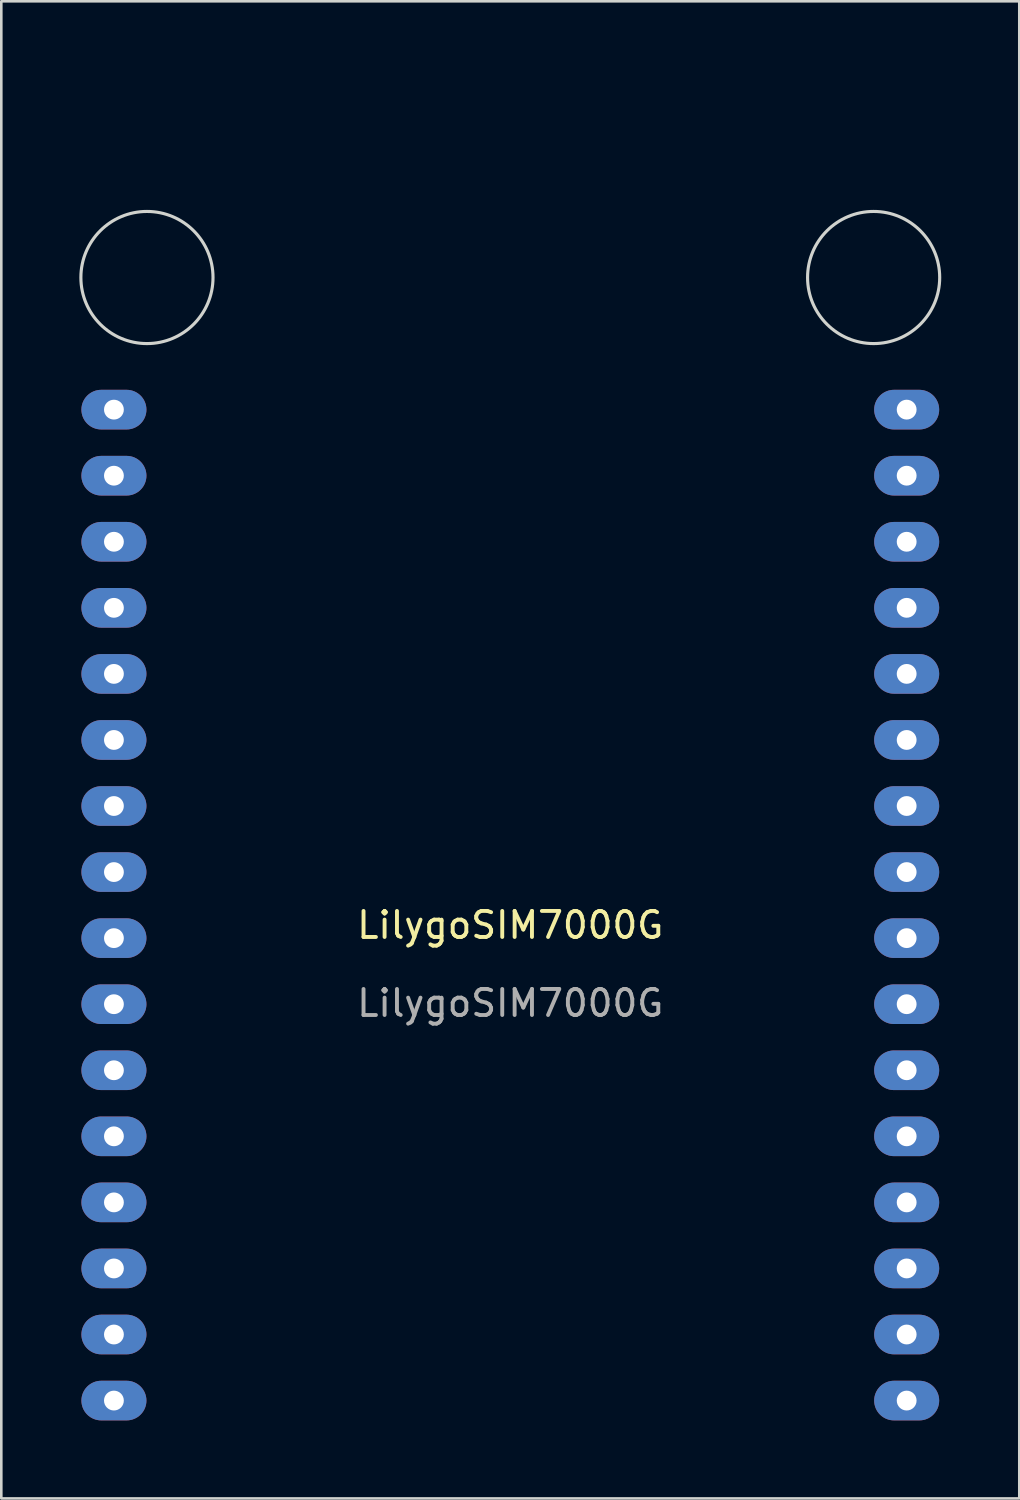
<source format=kicad_pcb>
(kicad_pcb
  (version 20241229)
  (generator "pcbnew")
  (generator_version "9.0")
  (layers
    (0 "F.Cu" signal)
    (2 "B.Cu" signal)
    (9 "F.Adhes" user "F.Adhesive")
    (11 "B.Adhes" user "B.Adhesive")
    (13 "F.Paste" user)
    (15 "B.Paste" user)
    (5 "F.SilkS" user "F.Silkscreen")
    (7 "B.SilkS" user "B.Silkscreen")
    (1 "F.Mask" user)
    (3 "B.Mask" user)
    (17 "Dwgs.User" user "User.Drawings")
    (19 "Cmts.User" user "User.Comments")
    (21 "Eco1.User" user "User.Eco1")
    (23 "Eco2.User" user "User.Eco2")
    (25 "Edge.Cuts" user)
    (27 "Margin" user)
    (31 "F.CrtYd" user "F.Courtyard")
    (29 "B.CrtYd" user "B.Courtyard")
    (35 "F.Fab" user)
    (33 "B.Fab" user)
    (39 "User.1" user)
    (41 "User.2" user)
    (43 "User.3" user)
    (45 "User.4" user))
  (footprint "LilygoSIM7000G"
    (layer "F.Cu")
    (at 16.57 33.02)
    (property "Reference" "LilygoSIM7000G" (at 0 -0.5 0) (unlocked yes) (layer "F.SilkS") (effects (font (size 1 1) (thickness 0.15))))
    (attr through_hole)
    (fp_circle (center -13.97 -25.4) (end -11.43 -25.4) (stroke (width 0.12) (type solid)) (fill no) (layer "Edge.Cuts"))
    (fp_circle (center 13.97 -25.4) (end 13.97 -27.94) (stroke (width 0.12) (type solid)) (fill no) (layer "Edge.Cuts"))
    (fp_text user "${REFERENCE}" (at 0 2.5 0) (unlocked yes) (layer "F.Fab") (effects (font (size 1 1) (thickness 0.15))))
    (pad "1" thru_hole oval (at -15.24 -20.32) (size 2.5 1.524) (drill 0.762) (layers "*.Cu" "*.Mask"))
    (pad "2" thru_hole oval (at -15.24 -17.78) (size 2.5 1.524) (drill 0.762) (layers "*.Cu" "*.Mask"))
    (pad "3" thru_hole oval (at -15.24 -15.24) (size 2.5 1.524) (drill 0.762) (layers "*.Cu" "*.Mask"))
    (pad "4" thru_hole oval (at -15.24 -12.7) (size 2.5 1.524) (drill 0.762) (layers "*.Cu" "*.Mask"))
    (pad "5" thru_hole oval (at -15.24 -10.16) (size 2.5 1.524) (drill 0.762) (layers "*.Cu" "*.Mask"))
    (pad "6" thru_hole oval (at -15.24 -7.62) (size 2.5 1.524) (drill 0.762) (layers "*.Cu" "*.Mask"))
    (pad "7" thru_hole oval (at -15.24 -5.08) (size 2.5 1.524) (drill 0.762) (layers "*.Cu" "*.Mask"))
    (pad "8" thru_hole oval (at -15.24 -2.54) (size 2.5 1.524) (drill 0.762) (layers "*.Cu" "*.Mask"))
    (pad "9" thru_hole oval (at -15.24 0) (size 2.5 1.524) (drill 0.762) (layers "*.Cu" "*.Mask"))
    (pad "10" thru_hole oval (at -15.24 2.54) (size 2.5 1.524) (drill 0.762) (layers "*.Cu" "*.Mask"))
    (pad "11" thru_hole oval (at -15.24 5.08) (size 2.5 1.524) (drill 0.762) (layers "*.Cu" "*.Mask"))
    (pad "12" thru_hole oval (at -15.24 7.62) (size 2.5 1.524) (drill 0.762) (layers "*.Cu" "*.Mask"))
    (pad "13" thru_hole oval (at -15.24 10.16) (size 2.5 1.524) (drill 0.762) (layers "*.Cu" "*.Mask"))
    (pad "14" thru_hole oval (at -15.24 12.7) (size 2.5 1.524) (drill 0.762) (layers "*.Cu" "*.Mask"))
    (pad "15" thru_hole oval (at -15.24 15.24) (size 2.5 1.524) (drill 0.762) (layers "*.Cu" "*.Mask"))
    (pad "16" thru_hole oval (at -15.24 17.78) (size 2.5 1.524) (drill 0.762) (layers "*.Cu" "*.Mask"))
    (pad "17" thru_hole oval (at 15.24 17.78) (size 2.5 1.524) (drill 0.762) (layers "*.Cu" "*.Mask"))
    (pad "18" thru_hole oval (at 15.24 15.24) (size 2.5 1.524) (drill 0.762) (layers "*.Cu" "*.Mask"))
    (pad "19" thru_hole oval (at 15.24 12.7) (size 2.5 1.524) (drill 0.762) (layers "*.Cu" "*.Mask"))
    (pad "20" thru_hole oval (at 15.24 10.16) (size 2.5 1.524) (drill 0.762) (layers "*.Cu" "*.Mask"))
    (pad "21" thru_hole oval (at 15.24 7.62) (size 2.5 1.524) (drill 0.762) (layers "*.Cu" "*.Mask"))
    (pad "22" thru_hole oval (at 15.24 5.08) (size 2.5 1.524) (drill 0.762) (layers "*.Cu" "*.Mask"))
    (pad "23" thru_hole oval (at 15.24 2.54) (size 2.5 1.524) (drill 0.762) (layers "*.Cu" "*.Mask"))
    (pad "24" thru_hole oval (at 15.24 0) (size 2.5 1.524) (drill 0.762) (layers "*.Cu" "*.Mask"))
    (pad "25" thru_hole oval (at 15.24 -2.54) (size 2.5 1.524) (drill 0.762) (layers "*.Cu" "*.Mask"))
    (pad "26" thru_hole oval (at 15.24 -5.08) (size 2.5 1.524) (drill 0.762) (layers "*.Cu" "*.Mask"))
    (pad "27" thru_hole oval (at 15.24 -7.62) (size 2.5 1.524) (drill 0.762) (layers "*.Cu" "*.Mask"))
    (pad "28" thru_hole oval (at 15.24 -10.16) (size 2.5 1.524) (drill 0.762) (layers "*.Cu" "*.Mask"))
    (pad "29" thru_hole oval (at 15.24 -12.7) (size 2.5 1.524) (drill 0.762) (layers "*.Cu" "*.Mask"))
    (pad "30" thru_hole oval (at 15.24 -15.24) (size 2.5 1.524) (drill 0.762) (layers "*.Cu" "*.Mask"))
    (pad "31" thru_hole oval (at 15.24 -17.78) (size 2.5 1.524) (drill 0.762) (layers "*.Cu" "*.Mask"))
    (pad "32" thru_hole oval (at 15.24 -20.32) (size 2.5 1.524) (drill 0.762) (layers "*.Cu" "*.Mask"))
    (zone (net_name "") (layers "F.Cu" "B.Cu" "Dwgs.User") (name "Antenna") (hatch full 0.508) (connect_pads) (min_thickness 0.254) (filled_areas_thickness no) (keepout (tracks not_allowed) (vias not_allowed) (pads not_allowed) (copperpour not_allowed) (footprints not_allowed)) (placement (enabled no)) (fill) (polygon (pts (xy 26.73 10.16) (xy 6.41 10.16) (xy 6.41 0) (xy 26.73 0)))))
  (gr_rect
    (start -3 -3)
    (end 36.14 54.562)
    (stroke (width 0.1) (type default))
    (fill no)
    (layer "Edge.Cuts")))
</source>
